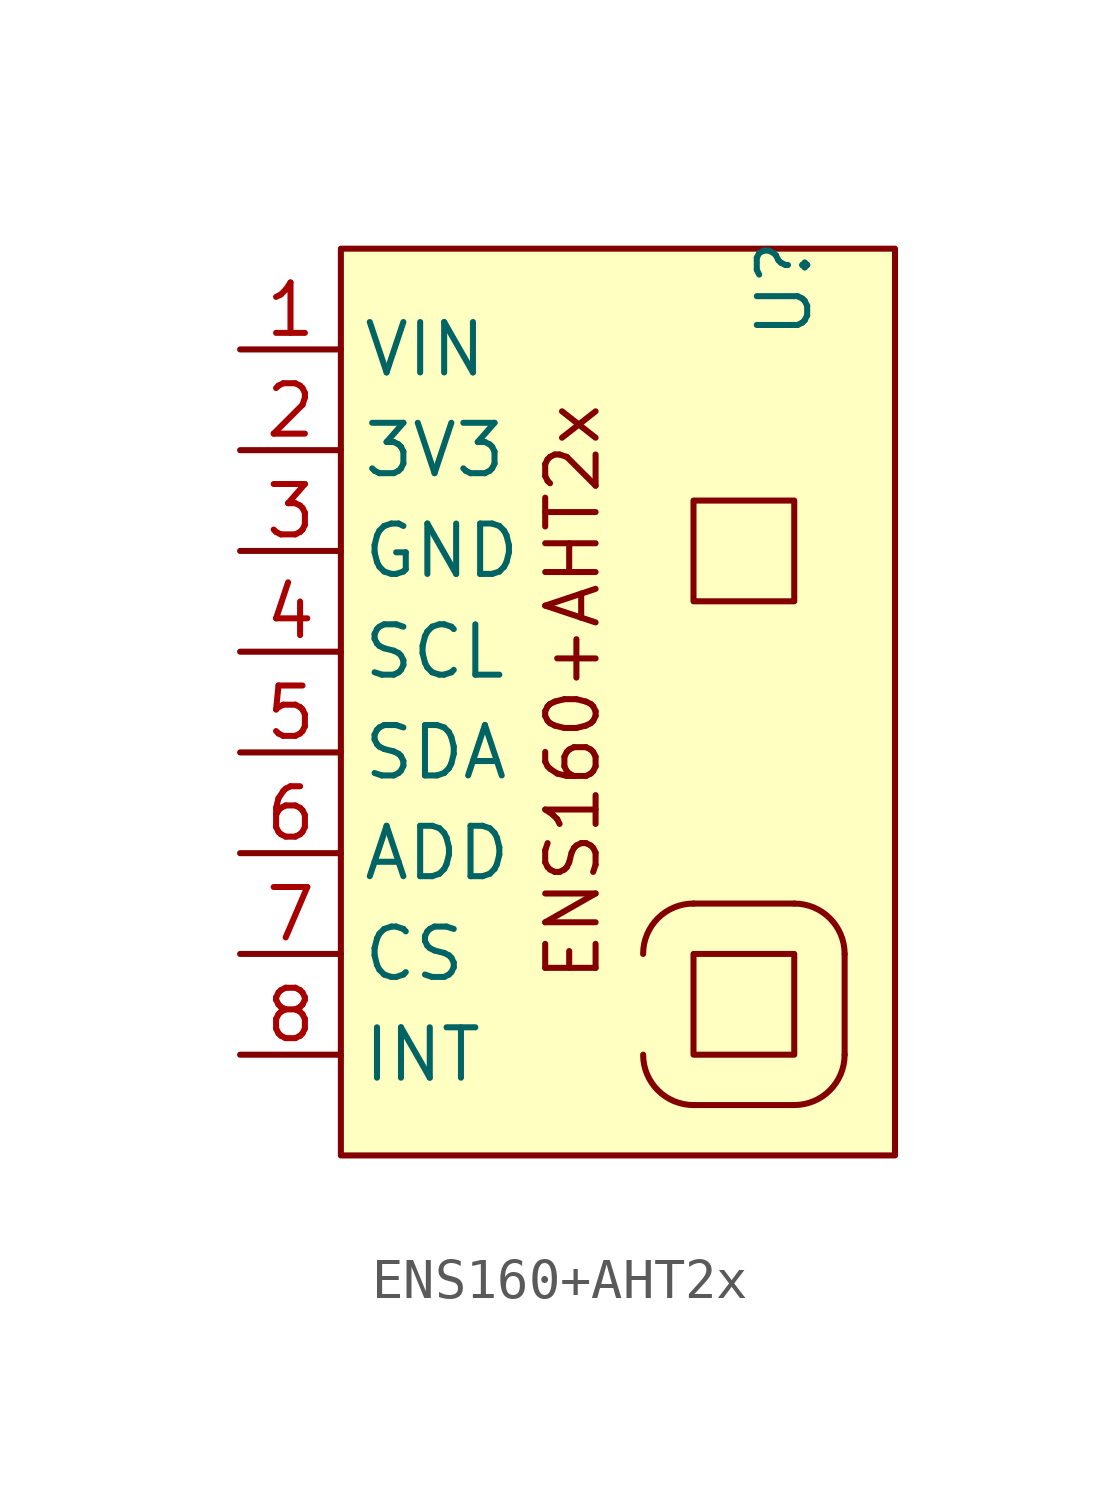
<source format=kicad_sym>
(kicad_symbol_lib
  (version 20231120)
  (generator "kicad_symbol_editor")
  (generator_version "8.0")
  (symbol "ENS160+AHT2x"
    (property "Reference" "U"
      (at 6.096 10.414 90)
      (effects (font (size 1.27 1.27))))
    (property "Value" ""
      (at -7.62 2.54 90)
      (effects (font (size 1.27 1.27))))
    (symbol "ENS160+AHT2x_1_1"
      (polyline (pts (xy 6.35 -10.16) (xy 3.81 -10.16)) (stroke (width 0) (type default)) (fill (type none)))
      (polyline (pts (xy 6.35 -5.08) (xy 3.81 -5.08)) (stroke (width 0) (type default)) (fill (type none)))
      (polyline (pts (xy 7.62 -6.35) (xy 7.62 -8.89)) (stroke (width 0) (type default)) (fill (type none)))
      (arc (start 2.54 -8.89) (mid 2.912 -9.788) (end 3.81 -10.16) (stroke (width 0) (type default)) (fill (type none)))
      (arc (start 3.81 -5.08) (mid 2.912 -5.452) (end 2.54 -6.35) (stroke (width 0) (type default)) (fill (type none)))
      (arc (start 6.35 -10.16) (mid 7.248 -9.788) (end 7.62 -8.89) (stroke (width 0) (type default)) (fill (type none)))
      (rectangle (start 6.35 -6.35) (end 3.81 -8.89) (stroke (width 0) (type default)) (fill (type none)))
      (rectangle (start 6.35 5.08) (end 3.81 2.54) (stroke (width 0) (type default)) (fill (type none)))
      (arc (start 7.62 -6.35) (mid 7.248 -5.452) (end 6.35 -5.08) (stroke (width 0) (type default)) (fill (type none)))
      (rectangle (start 8.89 11.43) (end -5.08 -11.43) (stroke (width 0) (type default)) (fill (type background)))
      (text "ENS160+AHT2x" (at 0.762 0.254 900) (effects (font (size 1.27 1.27))))
      (pin input line (at -7.62 8.89 0) (length 2.54) (name "VIN" (effects (font (size 1.27 1.27)))) (number "1" (effects (font (size 1.27 1.27)))))
      (pin passive line (at -7.62 6.35 0) (length 2.54) (name "3V3" (effects (font (size 1.27 1.27)))) (number "2" (effects (font (size 1.27 1.27)))))
      (pin input line (at -7.62 3.81 0) (length 2.54) (name "GND" (effects (font (size 1.27 1.27)))) (number "3" (effects (font (size 1.27 1.27)))))
      (pin bidirectional line (at -7.62 1.27 0) (length 2.54) (name "SCL" (effects (font (size 1.27 1.27)))) (number "4" (effects (font (size 1.27 1.27)))))
      (pin bidirectional line (at -7.62 -1.27 0) (length 2.54) (name "SDA" (effects (font (size 1.27 1.27)))) (number "5" (effects (font (size 1.27 1.27)))))
      (pin passive line (at -7.62 -3.81 0) (length 2.54) (name "ADD" (effects (font (size 1.27 1.27)))) (number "6" (effects (font (size 1.27 1.27)))))
      (pin passive line (at -7.62 -6.35 0) (length 2.54) (name "CS" (effects (font (size 1.27 1.27)))) (number "7" (effects (font (size 1.27 1.27)))))
      (pin passive line (at -7.62 -8.89 0) (length 2.54) (name "INT" (effects (font (size 1.27 1.27)))) (number "8" (effects (font (size 1.27 1.27))))))))
</source>
